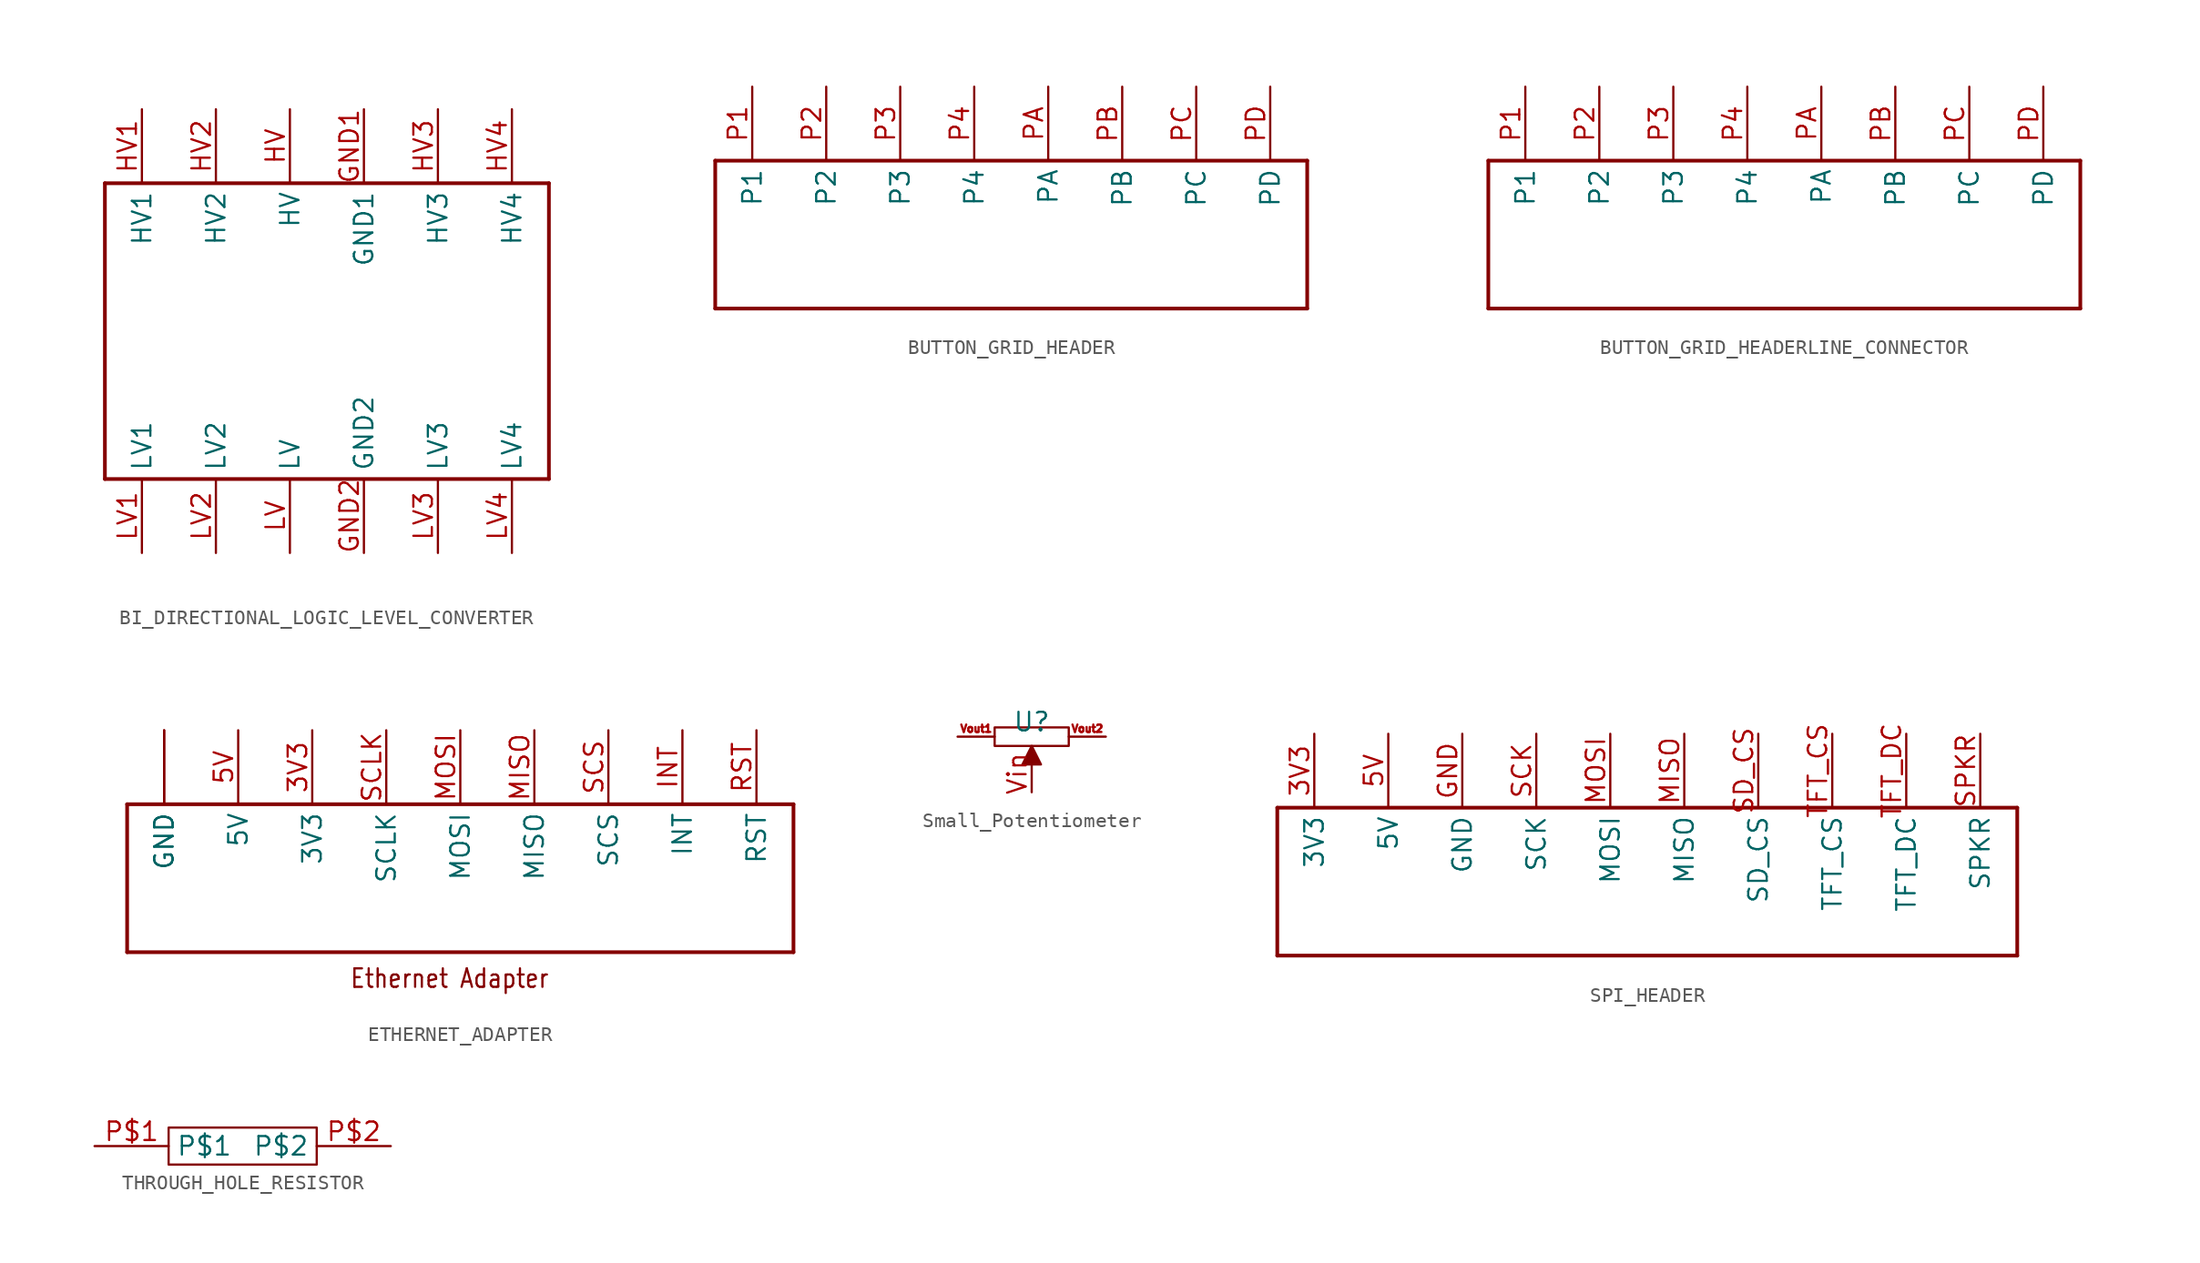
<source format=kicad_sym>
(kicad_symbol_lib
  (version 20231120)
  (generator "kicad_symbol_editor")
  (generator_version "8.0")
  (symbol "BI_DIRECTIONAL_LOGIC_LEVEL_CONVERTER"
    (property "Reference" "U"
      (at 0 0 0)
      (effects (font (size 1.27 1.27)) (hide yes)))
    (symbol "BI_DIRECTIONAL_LOGIC_LEVEL_CONVERTER_1_0"
      (polyline (pts (xy -15.24 -10.16) (xy 15.24 -10.16)) (stroke (width 0.254) (type solid)) (fill (type none)))
      (polyline (pts (xy -15.24 10.16) (xy -15.24 -10.16)) (stroke (width 0.254) (type solid)) (fill (type none)))
      (polyline (pts (xy 15.24 -10.16) (xy 15.24 10.16)) (stroke (width 0.254) (type solid)) (fill (type none)))
      (polyline (pts (xy 15.24 10.16) (xy -15.24 10.16)) (stroke (width 0.254) (type solid)) (fill (type none)))
      (pin power_in line (at 2.54 15.24 270) (length 5.08) (name "GND1" (effects (font (size 1.27 1.27)))) (number "GND1" (effects (font (size 1.27 1.27)))))
      (pin bidirectional line (at 2.54 -15.24 90) (length 5.08) (name "GND2" (effects (font (size 1.27 1.27)))) (number "GND2" (effects (font (size 1.27 1.27)))))
      (pin power_in line (at -2.54 15.24 270) (length 5.08) (name "HV" (effects (font (size 1.27 1.27)))) (number "HV" (effects (font (size 1.27 1.27)))))
      (pin bidirectional line (at -12.7 15.24 270) (length 5.08) (name "HV1" (effects (font (size 1.27 1.27)))) (number "HV1" (effects (font (size 1.27 1.27)))))
      (pin bidirectional line (at -7.62 15.24 270) (length 5.08) (name "HV2" (effects (font (size 1.27 1.27)))) (number "HV2" (effects (font (size 1.27 1.27)))))
      (pin bidirectional line (at 7.62 15.24 270) (length 5.08) (name "HV3" (effects (font (size 1.27 1.27)))) (number "HV3" (effects (font (size 1.27 1.27)))))
      (pin bidirectional line (at 12.7 15.24 270) (length 5.08) (name "HV4" (effects (font (size 1.27 1.27)))) (number "HV4" (effects (font (size 1.27 1.27)))))
      (pin bidirectional line (at -2.54 -15.24 90) (length 5.08) (name "LV" (effects (font (size 1.27 1.27)))) (number "LV" (effects (font (size 1.27 1.27)))))
      (pin bidirectional line (at -12.7 -15.24 90) (length 5.08) (name "LV1" (effects (font (size 1.27 1.27)))) (number "LV1" (effects (font (size 1.27 1.27)))))
      (pin bidirectional line (at -7.62 -15.24 90) (length 5.08) (name "LV2" (effects (font (size 1.27 1.27)))) (number "LV2" (effects (font (size 1.27 1.27)))))
      (pin bidirectional line (at 7.62 -15.24 90) (length 5.08) (name "LV3" (effects (font (size 1.27 1.27)))) (number "LV3" (effects (font (size 1.27 1.27)))))
      (pin bidirectional line (at 12.7 -15.24 90) (length 5.08) (name "LV4" (effects (font (size 1.27 1.27)))) (number "LV4" (effects (font (size 1.27 1.27)))))))
  (symbol "BUTTON_GRID_HEADER"
    (property "Reference" ""
      (at 0 0 0)
      (effects (font (size 1.27 1.27)) (hide yes)))
    (property "ki_locked" ""
      (at 0 0 0)
      (effects (font (size 1.27 1.27))))
    (symbol "BUTTON_GRID_HEADER_1_0"
      (polyline (pts (xy -20.32 -5.08) (xy -20.32 5.08)) (stroke (width 0.254) (type solid)) (fill (type none)))
      (polyline (pts (xy -20.32 5.08) (xy 20.32 5.08)) (stroke (width 0.254) (type solid)) (fill (type none)))
      (polyline (pts (xy 20.32 -5.08) (xy -20.32 -5.08)) (stroke (width 0.254) (type solid)) (fill (type none)))
      (polyline (pts (xy 20.32 5.08) (xy 20.32 -5.08)) (stroke (width 0.254) (type solid)) (fill (type none)))
      (pin bidirectional line (at -17.78 10.16 270) (length 5.08) (name "P1" (effects (font (size 1.27 1.27)))) (number "P1" (effects (font (size 1.27 1.27)))))
      (pin bidirectional line (at -12.7 10.16 270) (length 5.08) (name "P2" (effects (font (size 1.27 1.27)))) (number "P2" (effects (font (size 1.27 1.27)))))
      (pin bidirectional line (at -7.62 10.16 270) (length 5.08) (name "P3" (effects (font (size 1.27 1.27)))) (number "P3" (effects (font (size 1.27 1.27)))))
      (pin bidirectional line (at -2.54 10.16 270) (length 5.08) (name "P4" (effects (font (size 1.27 1.27)))) (number "P4" (effects (font (size 1.27 1.27)))))
      (pin bidirectional line (at 2.54 10.16 270) (length 5.08) (name "PA" (effects (font (size 1.27 1.27)))) (number "PA" (effects (font (size 1.27 1.27)))))
      (pin bidirectional line (at 7.62 10.16 270) (length 5.08) (name "PB" (effects (font (size 1.27 1.27)))) (number "PB" (effects (font (size 1.27 1.27)))))
      (pin bidirectional line (at 12.7 10.16 270) (length 5.08) (name "PC" (effects (font (size 1.27 1.27)))) (number "PC" (effects (font (size 1.27 1.27)))))
      (pin bidirectional line (at 17.78 10.16 270) (length 5.08) (name "PD" (effects (font (size 1.27 1.27)))) (number "PD" (effects (font (size 1.27 1.27)))))))
  (symbol "BUTTON_GRID_HEADERLINE_CONNECTOR"
    (property "Reference" ""
      (at 0 0 0)
      (effects (font (size 1.27 1.27)) (hide yes)))
    (property "ki_locked" ""
      (at 0 0 0)
      (effects (font (size 1.27 1.27))))
    (symbol "BUTTON_GRID_HEADERLINE_CONNECTOR_1_0"
      (polyline (pts (xy -20.32 -5.08) (xy -20.32 5.08)) (stroke (width 0.254) (type solid)) (fill (type none)))
      (polyline (pts (xy -20.32 5.08) (xy 20.32 5.08)) (stroke (width 0.254) (type solid)) (fill (type none)))
      (polyline (pts (xy 20.32 -5.08) (xy -20.32 -5.08)) (stroke (width 0.254) (type solid)) (fill (type none)))
      (polyline (pts (xy 20.32 5.08) (xy 20.32 -5.08)) (stroke (width 0.254) (type solid)) (fill (type none)))
      (pin bidirectional line (at -17.78 10.16 270) (length 5.08) (name "P1" (effects (font (size 1.27 1.27)))) (number "P1" (effects (font (size 1.27 1.27)))))
      (pin bidirectional line (at -12.7 10.16 270) (length 5.08) (name "P2" (effects (font (size 1.27 1.27)))) (number "P2" (effects (font (size 1.27 1.27)))))
      (pin bidirectional line (at -7.62 10.16 270) (length 5.08) (name "P3" (effects (font (size 1.27 1.27)))) (number "P3" (effects (font (size 1.27 1.27)))))
      (pin bidirectional line (at -2.54 10.16 270) (length 5.08) (name "P4" (effects (font (size 1.27 1.27)))) (number "P4" (effects (font (size 1.27 1.27)))))
      (pin bidirectional line (at 2.54 10.16 270) (length 5.08) (name "PA" (effects (font (size 1.27 1.27)))) (number "PA" (effects (font (size 1.27 1.27)))))
      (pin bidirectional line (at 7.62 10.16 270) (length 5.08) (name "PB" (effects (font (size 1.27 1.27)))) (number "PB" (effects (font (size 1.27 1.27)))))
      (pin bidirectional line (at 12.7 10.16 270) (length 5.08) (name "PC" (effects (font (size 1.27 1.27)))) (number "PC" (effects (font (size 1.27 1.27)))))
      (pin bidirectional line (at 17.78 10.16 270) (length 5.08) (name "PD" (effects (font (size 1.27 1.27)))) (number "PD" (effects (font (size 1.27 1.27)))))))
  (symbol "ETHERNET_ADAPTER"
    (property "Reference" ""
      (at 0 0 0)
      (effects (font (size 1.27 1.27)) (hide yes)))
    (property "ki_locked" ""
      (at 0 0 0)
      (effects (font (size 1.27 1.27))))
    (symbol "ETHERNET_ADAPTER_1_0"
      (polyline (pts (xy -22.86 -5.08) (xy -22.86 5.08)) (stroke (width 0.254) (type solid)) (fill (type none)))
      (polyline (pts (xy -22.86 5.08) (xy 22.86 5.08)) (stroke (width 0.254) (type solid)) (fill (type none)))
      (polyline (pts (xy 22.86 -5.08) (xy -22.86 -5.08)) (stroke (width 0.254) (type solid)) (fill (type none)))
      (polyline (pts (xy 22.86 5.08) (xy 22.86 -5.08)) (stroke (width 0.254) (type solid)) (fill (type none)))
      (text "Ethernet Adapter" (at -7.62 -7.62 0) (effects (font (size 1.27 1.079)) (justify left bottom)))
      (pin bidirectional line (at -10.16 10.16 270) (length 5.08) (name "3V3" (effects (font (size 1.27 1.27)))) (number "3V3" (effects (font (size 1.27 1.27)))))
      (pin bidirectional line (at -15.24 10.16 270) (length 5.08) (name "5V" (effects (font (size 1.27 1.27)))) (number "5V" (effects (font (size 1.27 1.27)))))
      (pin bidirectional line (at -20.32 10.16 270) (length 5.08) (name "GND" (effects (font (size 1.27 1.27)))) (number "GND@1" (effects (font (size 0 0)))))
      (pin bidirectional line (at -20.32 10.16 270) (length 5.08) (name "GND" (effects (font (size 1.27 1.27)))) (number "GND@2" (effects (font (size 0 0)))))
      (pin bidirectional line (at 15.24 10.16 270) (length 5.08) (name "INT" (effects (font (size 1.27 1.27)))) (number "INT" (effects (font (size 1.27 1.27)))))
      (pin bidirectional line (at 5.08 10.16 270) (length 5.08) (name "MISO" (effects (font (size 1.27 1.27)))) (number "MISO" (effects (font (size 1.27 1.27)))))
      (pin bidirectional line (at 0 10.16 270) (length 5.08) (name "MOSI" (effects (font (size 1.27 1.27)))) (number "MOSI" (effects (font (size 1.27 1.27)))))
      (pin bidirectional line (at 20.32 10.16 270) (length 5.08) (name "RST" (effects (font (size 1.27 1.27)))) (number "RST" (effects (font (size 1.27 1.27)))))
      (pin bidirectional line (at -5.08 10.16 270) (length 5.08) (name "SCLK" (effects (font (size 1.27 1.27)))) (number "SCLK" (effects (font (size 1.27 1.27)))))
      (pin bidirectional line (at 10.16 10.16 270) (length 5.08) (name "SCS" (effects (font (size 1.27 1.27)))) (number "SCS" (effects (font (size 1.27 1.27)))))))
  (symbol "Small_Potentiometer"
    (property "Reference" "U"
      (at 0 2.286 0)
      (effects (font (size 1.27 1.27))))
    (property "Value" ""
      (at 0 0 0)
      (effects (font (size 1.27 1.27))))
    (symbol "Small_Potentiometer_0_1"
      (polyline (pts (xy 0 0) (xy 0 0)) (stroke (width 0) (type default)) (fill (type none))))
    (symbol "Small_Potentiometer_1_1"
      (rectangle (start -2.54 1.905) (end 2.54 0.635) (stroke (width 0) (type default)) (fill (type none)))
      (polyline (pts (xy 0.635 -0.635) (xy 0 0.635) (xy -0.635 -0.635) (xy 0.635 -0.635)) (stroke (width 0) (type default)) (fill (type outline)))
      (pin input line (at 0 -2.54 90) (length 2.54) (name "" (effects (font (size 1.27 1.27)))) (number "Vin" (effects (font (size 1.27 1.27)))))
      (pin output line (at -5.08 1.27 0) (length 2.54) (name "" (effects (font (size 0.635 0.635)))) (number "Vout1" (effects (font (size 0.508 0.508)))))
      (pin output line (at 5.08 1.27 180) (length 2.54) (name "" (effects (font (size 0.635 0.635)))) (number "Vout2" (effects (font (size 0.508 0.508)))))))
  (symbol "SPI_HEADER"
    (property "Reference" ""
      (at 0 0 0)
      (effects (font (size 1.27 1.27)) (hide yes)))
    (property "ki_locked" ""
      (at 0 0 0)
      (effects (font (size 1.27 1.27))))
    (symbol "SPI_HEADER_1_0"
      (polyline (pts (xy -25.4 -5.08) (xy 25.4 -5.08)) (stroke (width 0.254) (type solid)) (fill (type none)))
      (polyline (pts (xy -25.4 5.08) (xy -25.4 -5.08)) (stroke (width 0.254) (type solid)) (fill (type none)))
      (polyline (pts (xy -25.4 5.08) (xy 25.4 5.08)) (stroke (width 0.254) (type solid)) (fill (type none)))
      (polyline (pts (xy 25.4 5.08) (xy 25.4 -5.08)) (stroke (width 0.254) (type solid)) (fill (type none)))
      (pin power_in line (at -22.86 10.16 270) (length 5.08) (name "3V3" (effects (font (size 1.27 1.27)))) (number "3V3" (effects (font (size 1.27 1.27)))))
      (pin power_in line (at -17.78 10.16 270) (length 5.08) (name "5V" (effects (font (size 1.27 1.27)))) (number "5V" (effects (font (size 1.27 1.27)))))
      (pin power_in line (at -12.7 10.16 270) (length 5.08) (name "GND" (effects (font (size 1.27 1.27)))) (number "GND" (effects (font (size 1.27 1.27)))))
      (pin bidirectional line (at 2.54 10.16 270) (length 5.08) (name "MISO" (effects (font (size 1.27 1.27)))) (number "MISO" (effects (font (size 1.27 1.27)))))
      (pin bidirectional line (at -2.54 10.16 270) (length 5.08) (name "MOSI" (effects (font (size 1.27 1.27)))) (number "MOSI" (effects (font (size 1.27 1.27)))))
      (pin bidirectional line (at -7.62 10.16 270) (length 5.08) (name "SCK" (effects (font (size 1.27 1.27)))) (number "SCK" (effects (font (size 1.27 1.27)))))
      (pin bidirectional line (at 7.62 10.16 270) (length 5.08) (name "SD_CS" (effects (font (size 1.27 1.27)))) (number "SD_CS" (effects (font (size 1.27 1.27)))))
      (pin bidirectional line (at 22.86 10.16 270) (length 5.08) (name "SPKR" (effects (font (size 1.27 1.27)))) (number "SPKR" (effects (font (size 1.27 1.27)))))
      (pin bidirectional line (at 12.7 10.16 270) (length 5.08) (name "TFT_CS" (effects (font (size 1.27 1.27)))) (number "TFT_CS" (effects (font (size 1.27 1.27)))))
      (pin bidirectional line (at 17.78 10.16 270) (length 5.08) (name "TFT_DC" (effects (font (size 1.27 1.27)))) (number "TFT_DC" (effects (font (size 1.27 1.27)))))))
  (symbol "THROUGH_HOLE_RESISTOR"
    (property "Reference" "R"
      (at 0 2.54 0)
      (effects (font (size 1.27 1.27)) (hide yes)))
    (symbol "THROUGH_HOLE_RESISTOR_0_1"
      (rectangle (start -5.08 1.27) (end 5.08 -1.27) (stroke (width 0) (type default)) (fill (type none))))
    (symbol "THROUGH_HOLE_RESISTOR_1_0"
      (pin bidirectional line (at -10.16 0 0) (length 5.08) (name "P$1" (effects (font (size 1.27 1.27)))) (number "P$1" (effects (font (size 1.27 1.27)))))
      (pin bidirectional line (at 10.16 0 180) (length 5.08) (name "P$2" (effects (font (size 1.27 1.27)))) (number "P$2" (effects (font (size 1.27 1.27))))))))
</source>
